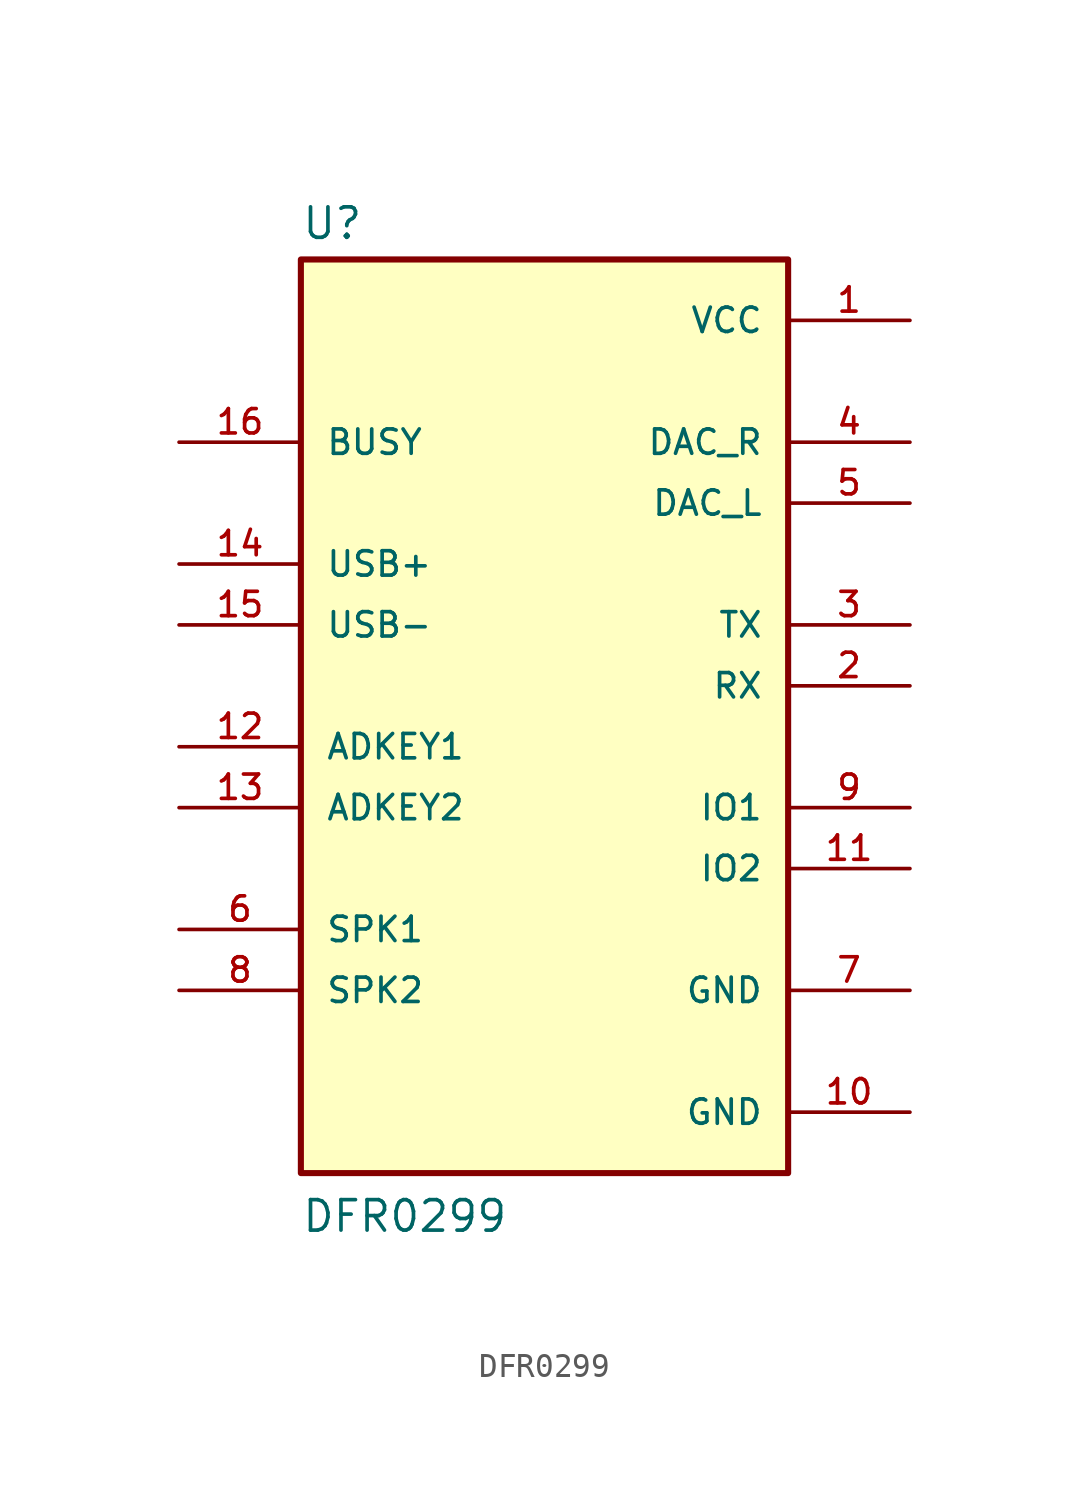
<source format=kicad_sym>
(kicad_symbol_lib
  (version 20241209)
  (generator "kicad_symbol_editor")
  (generator_version "9.0")
  (symbol "DFR0299"
    (pin_names
      (offset 1.016))
    (property "Reference" "U"
      (at -10.16 18.542 0)
      (effects (font (size 1.27 1.27)) (justify left bottom)))
    (property "Value" "DFR0299"
      (at -10.16 -22.86 0)
      (effects (font (size 1.27 1.27)) (justify left bottom)))
    (symbol "DFR0299_0_0"
      (rectangle (start -10.16 -20.32) (end 10.16 17.78) (stroke (width 0.254) (type default)) (fill (type background)))
      (pin input line (at -15.24 10.16 0) (length 5.08) (name "BUSY" (effects (font (size 1.016 1.016)))) (number "16" (effects (font (size 1.016 1.016)))))
      (pin input line (at -15.24 5.08 0) (length 5.08) (name "USB+" (effects (font (size 1.016 1.016)))) (number "14" (effects (font (size 1.016 1.016)))))
      (pin input line (at -15.24 2.54 0) (length 5.08) (name "USB-" (effects (font (size 1.016 1.016)))) (number "15" (effects (font (size 1.016 1.016)))))
      (pin input line (at -15.24 -2.54 0) (length 5.08) (name "ADKEY1" (effects (font (size 1.016 1.016)))) (number "12" (effects (font (size 1.016 1.016)))))
      (pin input line (at -15.24 -5.08 0) (length 5.08) (name "ADKEY2" (effects (font (size 1.016 1.016)))) (number "13" (effects (font (size 1.016 1.016)))))
      (pin passive line (at -15.24 -10.16 0) (length 5.08) (name "SPK1" (effects (font (size 1.016 1.016)))) (number "6" (effects (font (size 1.016 1.016)))))
      (pin passive line (at -15.24 -12.7 0) (length 5.08) (name "SPK2" (effects (font (size 1.016 1.016)))) (number "8" (effects (font (size 1.016 1.016)))))
      (pin power_in line (at 15.24 15.24 180) (length 5.08) (name "VCC" (effects (font (size 1.016 1.016)))) (number "1" (effects (font (size 1.016 1.016)))))
      (pin output line (at 15.24 10.16 180) (length 5.08) (name "DAC_R" (effects (font (size 1.016 1.016)))) (number "4" (effects (font (size 1.016 1.016)))))
      (pin output line (at 15.24 7.62 180) (length 5.08) (name "DAC_L" (effects (font (size 1.016 1.016)))) (number "5" (effects (font (size 1.016 1.016)))))
      (pin output line (at 15.24 2.54 180) (length 5.08) (name "TX" (effects (font (size 1.016 1.016)))) (number "3" (effects (font (size 1.016 1.016)))))
      (pin input line (at 15.24 0 180) (length 5.08) (name "RX" (effects (font (size 1.016 1.016)))) (number "2" (effects (font (size 1.016 1.016)))))
      (pin bidirectional line (at 15.24 -5.08 180) (length 5.08) (name "IO1" (effects (font (size 1.016 1.016)))) (number "9" (effects (font (size 1.016 1.016)))))
      (pin bidirectional line (at 15.24 -7.62 180) (length 5.08) (name "IO2" (effects (font (size 1.016 1.016)))) (number "11" (effects (font (size 1.016 1.016)))))
      (pin power_in line (at 15.24 -12.7 180) (length 5.08) (name "GND" (effects (font (size 1.016 1.016)))) (number "7" (effects (font (size 1.016 1.016)))))
      (pin power_in line (at 15.24 -17.78 180) (length 5.08) (name "GND" (effects (font (size 1.016 1.016)))) (number "10" (effects (font (size 1.016 1.016))))))))
</source>
